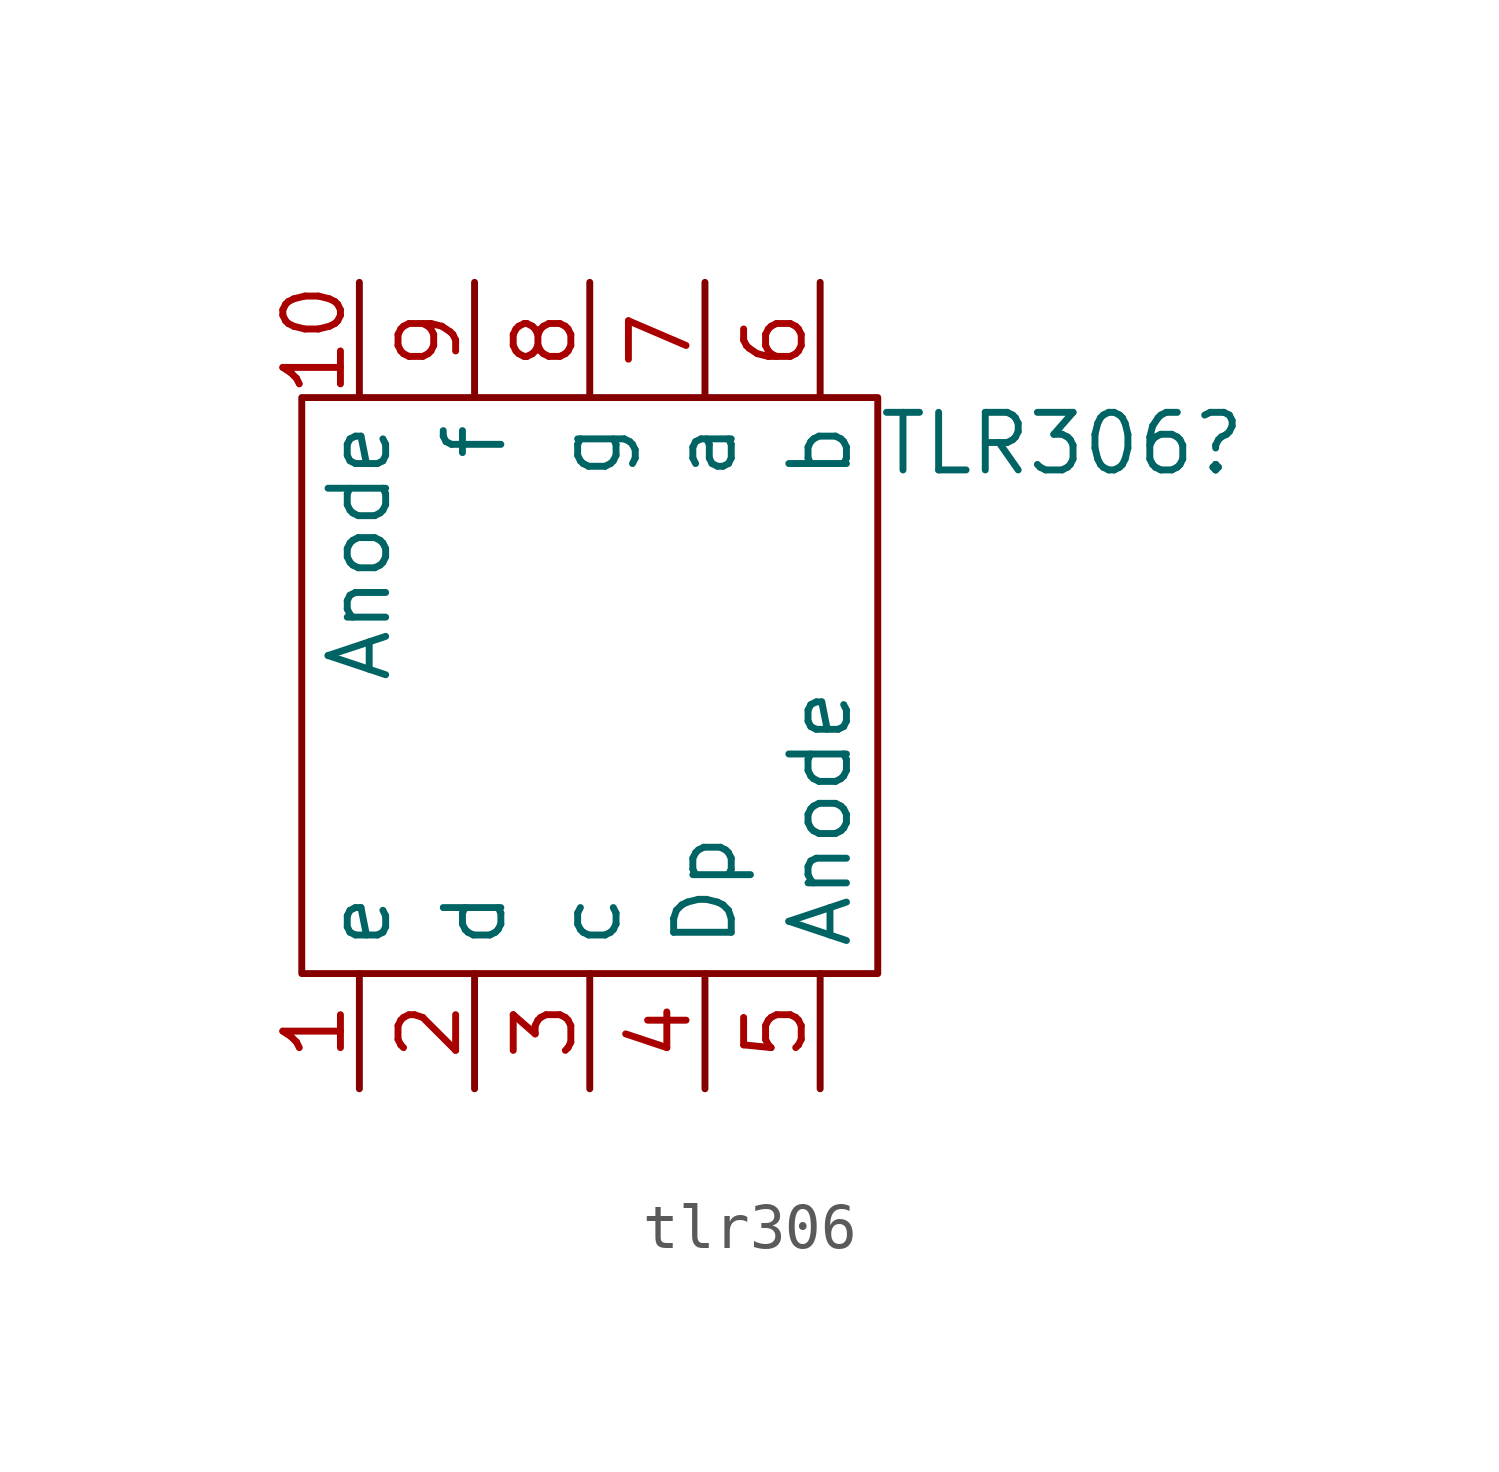
<source format=kicad_sym>
(kicad_symbol_lib
  (version 20241209)
  (generator "kicad_symbol_editor")
  (generator_version "9.0")
  (symbol "tlr306"
    (property "Reference" "TLR306"
      (at 10.414 5.334 0)
      (effects (font (size 1.27 1.27))))
    (property "Value" ""
      (at 0 0 0)
      (effects (font (size 1.27 1.27))))
    (symbol "tlr306_0_1"
      (rectangle (start -6.35 6.35) (end 6.35 -6.35) (stroke (width 0) (type default)) (fill (type none))))
    (symbol "tlr306_1_1"
      (pin passive line (at -5.08 8.89 270) (length 2.54) (name "Anode" (effects (font (size 1.27 1.27)))) (number "10" (effects (font (size 1.27 1.27)))))
      (pin passive line (at -5.08 -8.89 90) (length 2.54) (name "e" (effects (font (size 1.27 1.27)))) (number "1" (effects (font (size 1.27 1.27)))))
      (pin passive line (at -2.54 8.89 270) (length 2.54) (name "f" (effects (font (size 1.27 1.27)))) (number "9" (effects (font (size 1.27 1.27)))))
      (pin passive line (at -2.54 -8.89 90) (length 2.54) (name "d" (effects (font (size 1.27 1.27)))) (number "2" (effects (font (size 1.27 1.27)))))
      (pin passive line (at 0 8.89 270) (length 2.54) (name "g" (effects (font (size 1.27 1.27)))) (number "8" (effects (font (size 1.27 1.27)))))
      (pin passive line (at 0 -8.89 90) (length 2.54) (name "c" (effects (font (size 1.27 1.27)))) (number "3" (effects (font (size 1.27 1.27)))))
      (pin passive line (at 2.54 8.89 270) (length 2.54) (name "a" (effects (font (size 1.27 1.27)))) (number "7" (effects (font (size 1.27 1.27)))))
      (pin passive line (at 2.54 -8.89 90) (length 2.54) (name "Dp" (effects (font (size 1.27 1.27)))) (number "4" (effects (font (size 1.27 1.27)))))
      (pin passive line (at 5.08 8.89 270) (length 2.54) (name "b" (effects (font (size 1.27 1.27)))) (number "6" (effects (font (size 1.27 1.27)))))
      (pin passive line (at 5.08 -8.89 90) (length 2.54) (name "Anode" (effects (font (size 1.27 1.27)))) (number "5" (effects (font (size 1.27 1.27))))))))
</source>
